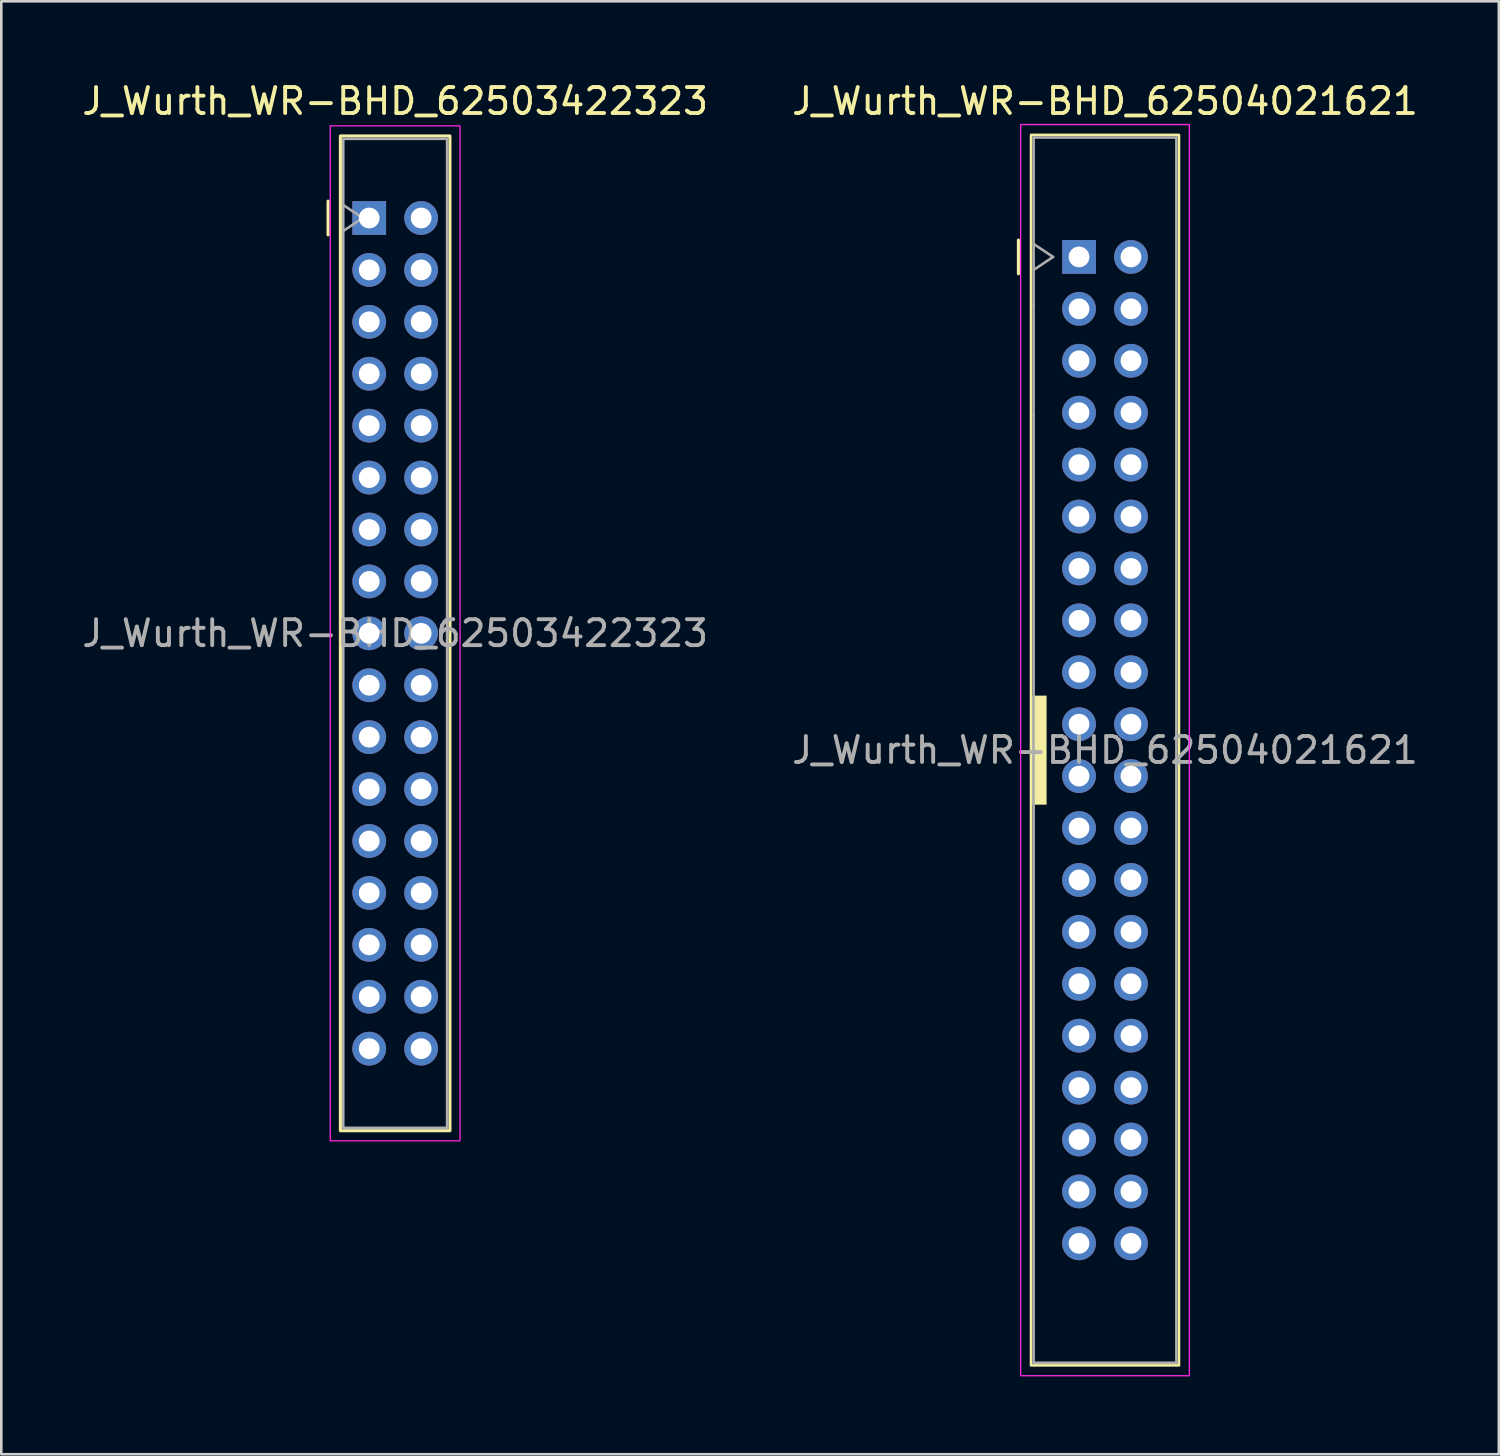
<source format=kicad_pcb>
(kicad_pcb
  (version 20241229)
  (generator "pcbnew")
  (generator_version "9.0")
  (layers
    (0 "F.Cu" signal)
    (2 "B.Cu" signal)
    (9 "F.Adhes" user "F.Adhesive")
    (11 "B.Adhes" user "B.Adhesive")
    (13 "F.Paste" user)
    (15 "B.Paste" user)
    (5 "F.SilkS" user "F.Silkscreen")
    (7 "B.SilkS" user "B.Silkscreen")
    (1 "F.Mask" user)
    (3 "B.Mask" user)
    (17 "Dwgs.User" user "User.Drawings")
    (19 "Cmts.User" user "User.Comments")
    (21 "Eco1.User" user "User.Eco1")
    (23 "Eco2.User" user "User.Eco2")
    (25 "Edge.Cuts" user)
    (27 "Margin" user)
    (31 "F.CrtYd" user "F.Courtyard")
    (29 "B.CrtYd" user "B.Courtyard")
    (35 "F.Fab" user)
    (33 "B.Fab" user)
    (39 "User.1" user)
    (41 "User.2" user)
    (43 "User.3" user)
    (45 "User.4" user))
  (footprint "J_Wurth_WR-BHD_62504021621"
    (layer "F.Cu")
    (at 38.518 6.848)
    (property "Reference" "J_Wurth_WR-BHD_62504021621" (at 1 -6 0) (unlocked yes) (layer "F.SilkS") (effects (font (size 1 1) (thickness 0.15))))
    (attr through_hole)
    (fp_line (start -2.335 -0.65) (end -2.335 0.65) (stroke (width 0.12) (type solid)) (layer "F.SilkS"))
    (fp_rect (start -1.8 16.9) (end -1.25 21.1) (stroke (width 0) (type solid)) (fill yes) (layer "F.SilkS"))
    (fp_poly (pts (xy 3.85 42.7) (xy 3.85 -4.7) (xy -1.85 -4.7) (xy -1.85 42.7)) (stroke (width 0.1) (type solid)) (fill no) (layer "F.SilkS"))
    (fp_poly (pts (xy -2.25 -5.1) (xy -2.25 43.1) (xy 4.25 43.1) (xy 4.25 -5.1)) (stroke (width 0.05) (type solid)) (fill no) (layer "F.CrtYd"))
    (fp_line (start -1.75 -4.6) (end -1.75 1.9) (stroke (width 0.1) (type solid)) (layer "F.Fab"))
    (fp_line (start -1.75 1.9) (end -1.75 6.1) (stroke (width 0.1) (type solid)) (layer "F.Fab"))
    (fp_line (start -1.75 6.1) (end -1.75 42.6) (stroke (width 0.1) (type solid)) (layer "F.Fab"))
    (fp_line (start -1.75 42.6) (end 3.75 42.6) (stroke (width 0.1) (type solid)) (layer "F.Fab"))
    (fp_line (start -1 0) (end -1.75 -0.5) (stroke (width 0.1) (type solid)) (layer "F.Fab"))
    (fp_line (start -1 0) (end -1.75 0.5) (stroke (width 0.1) (type solid)) (layer "F.Fab"))
    (fp_line (start 3.75 -4.6) (end -1.75 -4.6) (stroke (width 0.1) (type solid)) (layer "F.Fab"))
    (fp_line (start 3.75 42.6) (end 3.75 -4.6) (stroke (width 0.1) (type solid)) (layer "F.Fab"))
    (fp_text user "${REFERENCE}" (at 1 19 0) (unlocked yes) (layer "F.Fab") (effects (font (size 1 1) (thickness 0.15))))
    (pad "1" thru_hole rect (at 0 0 270) (size 1.3 1.3) (drill 0.8) (layers "*.Cu" "*.Mask"))
    (pad "2" thru_hole circle (at 2 0 270) (size 1.3 1.3) (drill 0.8) (layers "*.Cu" "*.Mask"))
    (pad "3" thru_hole circle (at 0 2 270) (size 1.3 1.3) (drill 0.8) (layers "*.Cu" "*.Mask"))
    (pad "4" thru_hole circle (at 2 2 270) (size 1.3 1.3) (drill 0.8) (layers "*.Cu" "*.Mask"))
    (pad "5" thru_hole circle (at 0 4 270) (size 1.3 1.3) (drill 0.8) (layers "*.Cu" "*.Mask"))
    (pad "6" thru_hole circle (at 2 4 270) (size 1.3 1.3) (drill 0.8) (layers "*.Cu" "*.Mask"))
    (pad "7" thru_hole circle (at 0 6 270) (size 1.3 1.3) (drill 0.8) (layers "*.Cu" "*.Mask"))
    (pad "8" thru_hole circle (at 2 6 270) (size 1.3 1.3) (drill 0.8) (layers "*.Cu" "*.Mask"))
    (pad "9" thru_hole circle (at 0 8 270) (size 1.3 1.3) (drill 0.8) (layers "*.Cu" "*.Mask"))
    (pad "10" thru_hole circle (at 2 8 270) (size 1.3 1.3) (drill 0.8) (layers "*.Cu" "*.Mask"))
    (pad "11" thru_hole circle (at 0 10 270) (size 1.3 1.3) (drill 0.8) (layers "*.Cu" "*.Mask"))
    (pad "12" thru_hole circle (at 2 10 270) (size 1.3 1.3) (drill 0.8) (layers "*.Cu" "*.Mask"))
    (pad "13" thru_hole circle (at 0 12 270) (size 1.3 1.3) (drill 0.8) (layers "*.Cu" "*.Mask"))
    (pad "14" thru_hole circle (at 2 12 270) (size 1.3 1.3) (drill 0.8) (layers "*.Cu" "*.Mask"))
    (pad "15" thru_hole circle (at 0 14 270) (size 1.3 1.3) (drill 0.8) (layers "*.Cu" "*.Mask"))
    (pad "16" thru_hole circle (at 2 14 270) (size 1.3 1.3) (drill 0.8) (layers "*.Cu" "*.Mask"))
    (pad "17" thru_hole circle (at 0 16 270) (size 1.3 1.3) (drill 0.8) (layers "*.Cu" "*.Mask"))
    (pad "18" thru_hole circle (at 2 16 270) (size 1.3 1.3) (drill 0.8) (layers "*.Cu" "*.Mask"))
    (pad "19" thru_hole circle (at 0 18 270) (size 1.3 1.3) (drill 0.8) (layers "*.Cu" "*.Mask"))
    (pad "20" thru_hole circle (at 2 18 270) (size 1.3 1.3) (drill 0.8) (layers "*.Cu" "*.Mask"))
    (pad "21" thru_hole circle (at 0 20 270) (size 1.3 1.3) (drill 0.8) (layers "*.Cu" "*.Mask"))
    (pad "22" thru_hole circle (at 2 20 270) (size 1.3 1.3) (drill 0.8) (layers "*.Cu" "*.Mask"))
    (pad "23" thru_hole circle (at 0 22 270) (size 1.3 1.3) (drill 0.8) (layers "*.Cu" "*.Mask"))
    (pad "24" thru_hole circle (at 2 22 270) (size 1.3 1.3) (drill 0.8) (layers "*.Cu" "*.Mask"))
    (pad "25" thru_hole circle (at 0 24 270) (size 1.3 1.3) (drill 0.8) (layers "*.Cu" "*.Mask"))
    (pad "26" thru_hole circle (at 2 24 270) (size 1.3 1.3) (drill 0.8) (layers "*.Cu" "*.Mask"))
    (pad "27" thru_hole circle (at 0 26 270) (size 1.3 1.3) (drill 0.8) (layers "*.Cu" "*.Mask"))
    (pad "28" thru_hole circle (at 2 26 270) (size 1.3 1.3) (drill 0.8) (layers "*.Cu" "*.Mask"))
    (pad "29" thru_hole circle (at 0 28 270) (size 1.3 1.3) (drill 0.8) (layers "*.Cu" "*.Mask"))
    (pad "30" thru_hole circle (at 2 28 270) (size 1.3 1.3) (drill 0.8) (layers "*.Cu" "*.Mask"))
    (pad "31" thru_hole circle (at 0 30 270) (size 1.3 1.3) (drill 0.8) (layers "*.Cu" "*.Mask"))
    (pad "32" thru_hole circle (at 2 30 270) (size 1.3 1.3) (drill 0.8) (layers "*.Cu" "*.Mask"))
    (pad "33" thru_hole circle (at 0 32 270) (size 1.3 1.3) (drill 0.8) (layers "*.Cu" "*.Mask"))
    (pad "34" thru_hole circle (at 2 32 270) (size 1.3 1.3) (drill 0.8) (layers "*.Cu" "*.Mask"))
    (pad "35" thru_hole circle (at 0 34 270) (size 1.3 1.3) (drill 0.8) (layers "*.Cu" "*.Mask"))
    (pad "36" thru_hole circle (at 2 34 270) (size 1.3 1.3) (drill 0.8) (layers "*.Cu" "*.Mask"))
    (pad "37" thru_hole circle (at 0 36 270) (size 1.3 1.3) (drill 0.8) (layers "*.Cu" "*.Mask"))
    (pad "38" thru_hole circle (at 2 36 270) (size 1.3 1.3) (drill 0.8) (layers "*.Cu" "*.Mask"))
    (pad "39" thru_hole circle (at 0 38 270) (size 1.3 1.3) (drill 0.8) (layers "*.Cu" "*.Mask"))
    (pad "40" thru_hole circle (at 2 38 270) (size 1.3 1.3) (drill 0.8) (layers "*.Cu" "*.Mask")))
  (footprint "J_Wurth_WR-BHD_62503422323"
    (layer "F.Cu")
    (at 11.173 5.348)
    (property "Reference" "J_Wurth_WR-BHD_62503422323" (at 1 -4.5 0) (unlocked yes) (layer "F.SilkS") (effects (font (size 1 1) (thickness 0.15))))
    (attr through_hole)
    (fp_line (start -1.585 -0.65) (end -1.585 0.65) (stroke (width 0.12) (type solid)) (layer "F.SilkS"))
    (fp_rect (start -1.11 -3.16) (end 3.11 35.16) (stroke (width 0.12) (type solid)) (fill no) (layer "F.SilkS"))
    (fp_rect (start -1.5 -3.55) (end 3.5 35.55) (stroke (width 0.05) (type solid)) (fill no) (layer "F.CrtYd"))
    (fp_line (start -0.25 0) (end -1 -0.5) (stroke (width 0.1) (type solid)) (layer "F.Fab"))
    (fp_line (start -0.25 0) (end -1 0.5) (stroke (width 0.1) (type solid)) (layer "F.Fab"))
    (fp_rect (start -1 -3.05) (end 3 35.05) (stroke (width 0.1) (type solid)) (fill no) (layer "F.Fab"))
    (fp_text user "${REFERENCE}" (at 1 16 0) (unlocked yes) (layer "F.Fab") (effects (font (size 1 1) (thickness 0.15))))
    (pad "1" thru_hole rect (at 0 0 270) (size 1.3 1.3) (drill 0.8) (layers "*.Cu" "*.Mask"))
    (pad "2" thru_hole circle (at 2 0 270) (size 1.3 1.3) (drill 0.8) (layers "*.Cu" "*.Mask"))
    (pad "3" thru_hole circle (at 0 2 270) (size 1.3 1.3) (drill 0.8) (layers "*.Cu" "*.Mask"))
    (pad "4" thru_hole circle (at 2 2 270) (size 1.3 1.3) (drill 0.8) (layers "*.Cu" "*.Mask"))
    (pad "5" thru_hole circle (at 0 4 270) (size 1.3 1.3) (drill 0.8) (layers "*.Cu" "*.Mask"))
    (pad "6" thru_hole circle (at 2 4 270) (size 1.3 1.3) (drill 0.8) (layers "*.Cu" "*.Mask"))
    (pad "7" thru_hole circle (at 0 6 270) (size 1.3 1.3) (drill 0.8) (layers "*.Cu" "*.Mask"))
    (pad "8" thru_hole circle (at 2 6 270) (size 1.3 1.3) (drill 0.8) (layers "*.Cu" "*.Mask"))
    (pad "9" thru_hole circle (at 0 8 270) (size 1.3 1.3) (drill 0.8) (layers "*.Cu" "*.Mask"))
    (pad "10" thru_hole circle (at 2 8 270) (size 1.3 1.3) (drill 0.8) (layers "*.Cu" "*.Mask"))
    (pad "11" thru_hole circle (at 0 10 270) (size 1.3 1.3) (drill 0.8) (layers "*.Cu" "*.Mask"))
    (pad "12" thru_hole circle (at 2 10 270) (size 1.3 1.3) (drill 0.8) (layers "*.Cu" "*.Mask"))
    (pad "13" thru_hole circle (at 0 12 270) (size 1.3 1.3) (drill 0.8) (layers "*.Cu" "*.Mask"))
    (pad "14" thru_hole circle (at 2 12 270) (size 1.3 1.3) (drill 0.8) (layers "*.Cu" "*.Mask"))
    (pad "15" thru_hole circle (at 0 14 270) (size 1.3 1.3) (drill 0.8) (layers "*.Cu" "*.Mask"))
    (pad "16" thru_hole circle (at 2 14 270) (size 1.3 1.3) (drill 0.8) (layers "*.Cu" "*.Mask"))
    (pad "17" thru_hole circle (at 0 16 270) (size 1.3 1.3) (drill 0.8) (layers "*.Cu" "*.Mask"))
    (pad "18" thru_hole circle (at 2 16 270) (size 1.3 1.3) (drill 0.8) (layers "*.Cu" "*.Mask"))
    (pad "19" thru_hole circle (at 0 18 270) (size 1.3 1.3) (drill 0.8) (layers "*.Cu" "*.Mask"))
    (pad "20" thru_hole circle (at 2 18 270) (size 1.3 1.3) (drill 0.8) (layers "*.Cu" "*.Mask"))
    (pad "21" thru_hole circle (at 0 20 270) (size 1.3 1.3) (drill 0.8) (layers "*.Cu" "*.Mask"))
    (pad "22" thru_hole circle (at 2 20 270) (size 1.3 1.3) (drill 0.8) (layers "*.Cu" "*.Mask"))
    (pad "23" thru_hole circle (at 0 22 270) (size 1.3 1.3) (drill 0.8) (layers "*.Cu" "*.Mask"))
    (pad "24" thru_hole circle (at 2 22 270) (size 1.3 1.3) (drill 0.8) (layers "*.Cu" "*.Mask"))
    (pad "25" thru_hole circle (at 0 24 270) (size 1.3 1.3) (drill 0.8) (layers "*.Cu" "*.Mask"))
    (pad "26" thru_hole circle (at 2 24 270) (size 1.3 1.3) (drill 0.8) (layers "*.Cu" "*.Mask"))
    (pad "27" thru_hole circle (at 0 26 270) (size 1.3 1.3) (drill 0.8) (layers "*.Cu" "*.Mask"))
    (pad "28" thru_hole circle (at 2 26 270) (size 1.3 1.3) (drill 0.8) (layers "*.Cu" "*.Mask"))
    (pad "29" thru_hole circle (at 0 28 270) (size 1.3 1.3) (drill 0.8) (layers "*.Cu" "*.Mask"))
    (pad "30" thru_hole circle (at 2 28 270) (size 1.3 1.3) (drill 0.8) (layers "*.Cu" "*.Mask"))
    (pad "31" thru_hole circle (at 0 30 270) (size 1.3 1.3) (drill 0.8) (layers "*.Cu" "*.Mask"))
    (pad "32" thru_hole circle (at 2 30 270) (size 1.3 1.3) (drill 0.8) (layers "*.Cu" "*.Mask"))
    (pad "33" thru_hole circle (at 0 32 270) (size 1.3 1.3) (drill 0.8) (layers "*.Cu" "*.Mask"))
    (pad "34" thru_hole circle (at 2 32 270) (size 1.3 1.3) (drill 0.8) (layers "*.Cu" "*.Mask")))
  (gr_rect
    (start -3 -3)
    (end 54.69 52.973)
    (stroke (width 0.1) (type default))
    (fill no)
    (layer "Edge.Cuts")))
</source>
